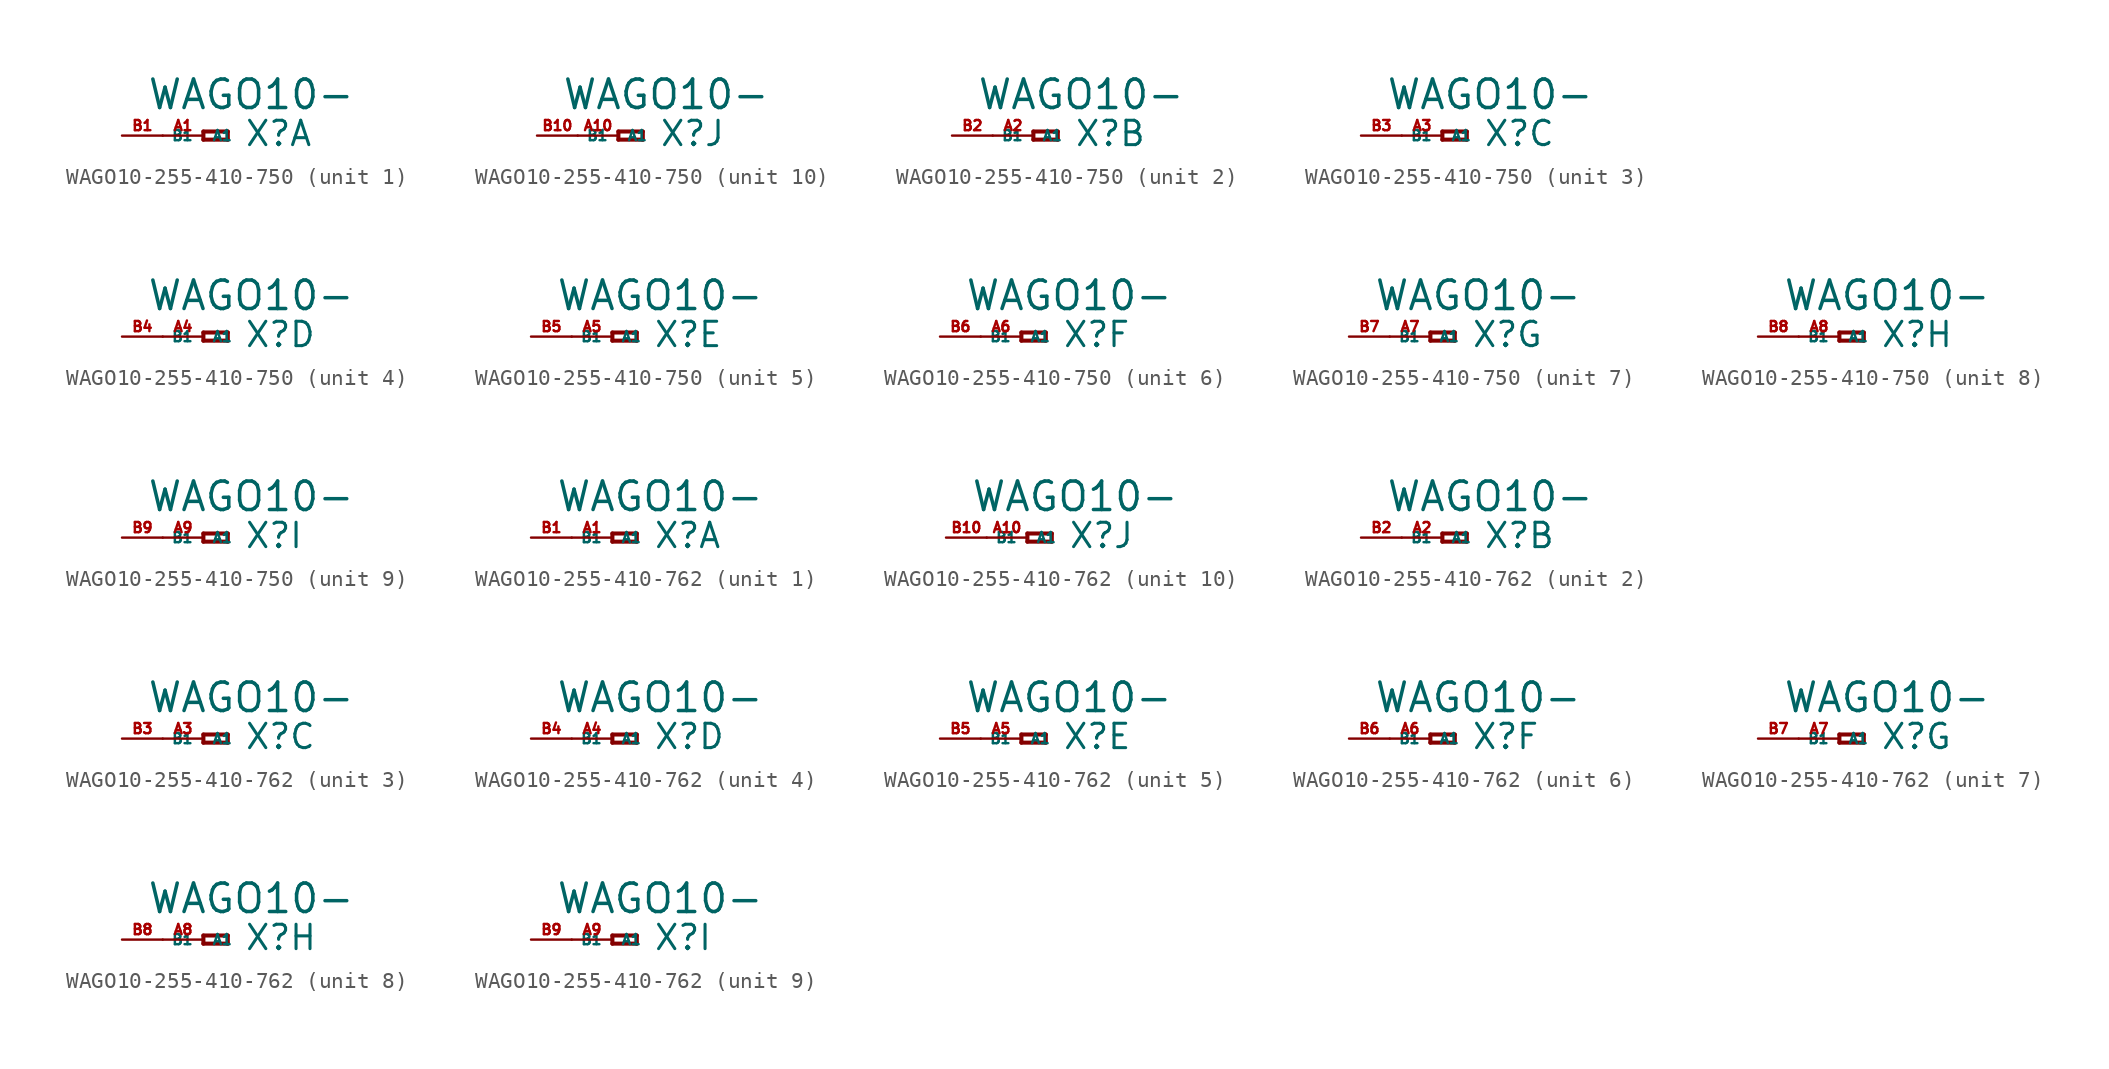
<source format=kicad_sym>
(kicad_symbol_lib
  (version 20220914)
  (generator Eagle2Kicad)
  (symbol "WAGO10-255-410-750"
    (property "Reference" "X"
      (at 2.54 -0.762 0)
      (effects (font (size 1.524 1.524) (thickness 0.19)) (justify left bottom)))
    (property "Value" "WAGO10-"
      (at -3.556 1.524 0)
      (effects (font (size 1.778 1.778) (thickness 0.22)) (justify left bottom)))
    (symbol "WAGO10-255-410-750_1_0"
      (polyline (pts (xy 0 0.254) (xy 0 -0.254)) (stroke (width 0.254) (type default)) (fill (type none)))
      (polyline (pts (xy 0 -0.254) (xy 1.524 -0.254)) (stroke (width 0.254) (type default)) (fill (type none)))
      (polyline (pts (xy 1.524 -0.254) (xy 1.524 0.254)) (stroke (width 0.254) (type default)) (fill (type none)))
      (polyline (pts (xy 1.524 0.254) (xy 0 0.254)) (stroke (width 0.254) (type default)) (fill (type none)))
      (pin passive line (at -2.54 0 0) (length 2.54) (name "A1" (effects (font (size 0.635 0.635) (thickness 0.08)) (justify left bottom))) (number "A1" (effects (font (size 0.635 0.635) (thickness 0.08)) (justify left bottom))))
      (pin passive line (at -5.08 0 0) (length 2.54) (name "B1" (effects (font (size 0.635 0.635) (thickness 0.08)) (justify left bottom))) (number "B1" (effects (font (size 0.635 0.635) (thickness 0.08)) (justify left bottom)))))
    (symbol "WAGO10-255-410-750_2_0"
      (polyline (pts (xy 0 0.254) (xy 0 -0.254)) (stroke (width 0.254) (type default)) (fill (type none)))
      (polyline (pts (xy 0 -0.254) (xy 1.524 -0.254)) (stroke (width 0.254) (type default)) (fill (type none)))
      (polyline (pts (xy 1.524 -0.254) (xy 1.524 0.254)) (stroke (width 0.254) (type default)) (fill (type none)))
      (polyline (pts (xy 1.524 0.254) (xy 0 0.254)) (stroke (width 0.254) (type default)) (fill (type none)))
      (pin passive line (at -2.54 0 0) (length 2.54) (name "A1" (effects (font (size 0.635 0.635) (thickness 0.08)) (justify left bottom))) (number "A2" (effects (font (size 0.635 0.635) (thickness 0.08)) (justify left bottom))))
      (pin passive line (at -5.08 0 0) (length 2.54) (name "B1" (effects (font (size 0.635 0.635) (thickness 0.08)) (justify left bottom))) (number "B2" (effects (font (size 0.635 0.635) (thickness 0.08)) (justify left bottom)))))
    (symbol "WAGO10-255-410-750_3_0"
      (polyline (pts (xy 0 0.254) (xy 0 -0.254)) (stroke (width 0.254) (type default)) (fill (type none)))
      (polyline (pts (xy 0 -0.254) (xy 1.524 -0.254)) (stroke (width 0.254) (type default)) (fill (type none)))
      (polyline (pts (xy 1.524 -0.254) (xy 1.524 0.254)) (stroke (width 0.254) (type default)) (fill (type none)))
      (polyline (pts (xy 1.524 0.254) (xy 0 0.254)) (stroke (width 0.254) (type default)) (fill (type none)))
      (pin passive line (at -2.54 0 0) (length 2.54) (name "A1" (effects (font (size 0.635 0.635) (thickness 0.08)) (justify left bottom))) (number "A3" (effects (font (size 0.635 0.635) (thickness 0.08)) (justify left bottom))))
      (pin passive line (at -5.08 0 0) (length 2.54) (name "B1" (effects (font (size 0.635 0.635) (thickness 0.08)) (justify left bottom))) (number "B3" (effects (font (size 0.635 0.635) (thickness 0.08)) (justify left bottom)))))
    (symbol "WAGO10-255-410-750_4_0"
      (polyline (pts (xy 0 0.254) (xy 0 -0.254)) (stroke (width 0.254) (type default)) (fill (type none)))
      (polyline (pts (xy 0 -0.254) (xy 1.524 -0.254)) (stroke (width 0.254) (type default)) (fill (type none)))
      (polyline (pts (xy 1.524 -0.254) (xy 1.524 0.254)) (stroke (width 0.254) (type default)) (fill (type none)))
      (polyline (pts (xy 1.524 0.254) (xy 0 0.254)) (stroke (width 0.254) (type default)) (fill (type none)))
      (pin passive line (at -2.54 0 0) (length 2.54) (name "A1" (effects (font (size 0.635 0.635) (thickness 0.08)) (justify left bottom))) (number "A4" (effects (font (size 0.635 0.635) (thickness 0.08)) (justify left bottom))))
      (pin passive line (at -5.08 0 0) (length 2.54) (name "B1" (effects (font (size 0.635 0.635) (thickness 0.08)) (justify left bottom))) (number "B4" (effects (font (size 0.635 0.635) (thickness 0.08)) (justify left bottom)))))
    (symbol "WAGO10-255-410-750_5_0"
      (polyline (pts (xy 0 0.254) (xy 0 -0.254)) (stroke (width 0.254) (type default)) (fill (type none)))
      (polyline (pts (xy 0 -0.254) (xy 1.524 -0.254)) (stroke (width 0.254) (type default)) (fill (type none)))
      (polyline (pts (xy 1.524 -0.254) (xy 1.524 0.254)) (stroke (width 0.254) (type default)) (fill (type none)))
      (polyline (pts (xy 1.524 0.254) (xy 0 0.254)) (stroke (width 0.254) (type default)) (fill (type none)))
      (pin passive line (at -2.54 0 0) (length 2.54) (name "A1" (effects (font (size 0.635 0.635) (thickness 0.08)) (justify left bottom))) (number "A5" (effects (font (size 0.635 0.635) (thickness 0.08)) (justify left bottom))))
      (pin passive line (at -5.08 0 0) (length 2.54) (name "B1" (effects (font (size 0.635 0.635) (thickness 0.08)) (justify left bottom))) (number "B5" (effects (font (size 0.635 0.635) (thickness 0.08)) (justify left bottom)))))
    (symbol "WAGO10-255-410-750_6_0"
      (polyline (pts (xy 0 0.254) (xy 0 -0.254)) (stroke (width 0.254) (type default)) (fill (type none)))
      (polyline (pts (xy 0 -0.254) (xy 1.524 -0.254)) (stroke (width 0.254) (type default)) (fill (type none)))
      (polyline (pts (xy 1.524 -0.254) (xy 1.524 0.254)) (stroke (width 0.254) (type default)) (fill (type none)))
      (polyline (pts (xy 1.524 0.254) (xy 0 0.254)) (stroke (width 0.254) (type default)) (fill (type none)))
      (pin passive line (at -2.54 0 0) (length 2.54) (name "A1" (effects (font (size 0.635 0.635) (thickness 0.08)) (justify left bottom))) (number "A6" (effects (font (size 0.635 0.635) (thickness 0.08)) (justify left bottom))))
      (pin passive line (at -5.08 0 0) (length 2.54) (name "B1" (effects (font (size 0.635 0.635) (thickness 0.08)) (justify left bottom))) (number "B6" (effects (font (size 0.635 0.635) (thickness 0.08)) (justify left bottom)))))
    (symbol "WAGO10-255-410-750_7_0"
      (polyline (pts (xy 0 0.254) (xy 0 -0.254)) (stroke (width 0.254) (type default)) (fill (type none)))
      (polyline (pts (xy 0 -0.254) (xy 1.524 -0.254)) (stroke (width 0.254) (type default)) (fill (type none)))
      (polyline (pts (xy 1.524 -0.254) (xy 1.524 0.254)) (stroke (width 0.254) (type default)) (fill (type none)))
      (polyline (pts (xy 1.524 0.254) (xy 0 0.254)) (stroke (width 0.254) (type default)) (fill (type none)))
      (pin passive line (at -2.54 0 0) (length 2.54) (name "A1" (effects (font (size 0.635 0.635) (thickness 0.08)) (justify left bottom))) (number "A7" (effects (font (size 0.635 0.635) (thickness 0.08)) (justify left bottom))))
      (pin passive line (at -5.08 0 0) (length 2.54) (name "B1" (effects (font (size 0.635 0.635) (thickness 0.08)) (justify left bottom))) (number "B7" (effects (font (size 0.635 0.635) (thickness 0.08)) (justify left bottom)))))
    (symbol "WAGO10-255-410-750_8_0"
      (polyline (pts (xy 0 0.254) (xy 0 -0.254)) (stroke (width 0.254) (type default)) (fill (type none)))
      (polyline (pts (xy 0 -0.254) (xy 1.524 -0.254)) (stroke (width 0.254) (type default)) (fill (type none)))
      (polyline (pts (xy 1.524 -0.254) (xy 1.524 0.254)) (stroke (width 0.254) (type default)) (fill (type none)))
      (polyline (pts (xy 1.524 0.254) (xy 0 0.254)) (stroke (width 0.254) (type default)) (fill (type none)))
      (pin passive line (at -2.54 0 0) (length 2.54) (name "A1" (effects (font (size 0.635 0.635) (thickness 0.08)) (justify left bottom))) (number "A8" (effects (font (size 0.635 0.635) (thickness 0.08)) (justify left bottom))))
      (pin passive line (at -5.08 0 0) (length 2.54) (name "B1" (effects (font (size 0.635 0.635) (thickness 0.08)) (justify left bottom))) (number "B8" (effects (font (size 0.635 0.635) (thickness 0.08)) (justify left bottom)))))
    (symbol "WAGO10-255-410-750_9_0"
      (polyline (pts (xy 0 0.254) (xy 0 -0.254)) (stroke (width 0.254) (type default)) (fill (type none)))
      (polyline (pts (xy 0 -0.254) (xy 1.524 -0.254)) (stroke (width 0.254) (type default)) (fill (type none)))
      (polyline (pts (xy 1.524 -0.254) (xy 1.524 0.254)) (stroke (width 0.254) (type default)) (fill (type none)))
      (polyline (pts (xy 1.524 0.254) (xy 0 0.254)) (stroke (width 0.254) (type default)) (fill (type none)))
      (pin passive line (at -2.54 0 0) (length 2.54) (name "A1" (effects (font (size 0.635 0.635) (thickness 0.08)) (justify left bottom))) (number "A9" (effects (font (size 0.635 0.635) (thickness 0.08)) (justify left bottom))))
      (pin passive line (at -5.08 0 0) (length 2.54) (name "B1" (effects (font (size 0.635 0.635) (thickness 0.08)) (justify left bottom))) (number "B9" (effects (font (size 0.635 0.635) (thickness 0.08)) (justify left bottom)))))
    (symbol "WAGO10-255-410-750_10_0"
      (polyline (pts (xy 0 0.254) (xy 0 -0.254)) (stroke (width 0.254) (type default)) (fill (type none)))
      (polyline (pts (xy 0 -0.254) (xy 1.524 -0.254)) (stroke (width 0.254) (type default)) (fill (type none)))
      (polyline (pts (xy 1.524 -0.254) (xy 1.524 0.254)) (stroke (width 0.254) (type default)) (fill (type none)))
      (polyline (pts (xy 1.524 0.254) (xy 0 0.254)) (stroke (width 0.254) (type default)) (fill (type none)))
      (pin passive line (at -2.54 0 0) (length 2.54) (name "A1" (effects (font (size 0.635 0.635) (thickness 0.08)) (justify left bottom))) (number "A10" (effects (font (size 0.635 0.635) (thickness 0.08)) (justify left bottom))))
      (pin passive line (at -5.08 0 0) (length 2.54) (name "B1" (effects (font (size 0.635 0.635) (thickness 0.08)) (justify left bottom))) (number "B10" (effects (font (size 0.635 0.635) (thickness 0.08)) (justify left bottom))))))
  (symbol "WAGO10-255-410-762"
    (property "Reference" "X"
      (at 2.54 -0.762 0)
      (effects (font (size 1.524 1.524) (thickness 0.19)) (justify left bottom)))
    (property "Value" "WAGO10-"
      (at -3.556 1.524 0)
      (effects (font (size 1.778 1.778) (thickness 0.22)) (justify left bottom)))
    (symbol "WAGO10-255-410-762_1_0"
      (polyline (pts (xy 0 0.254) (xy 0 -0.254)) (stroke (width 0.254) (type default)) (fill (type none)))
      (polyline (pts (xy 0 -0.254) (xy 1.524 -0.254)) (stroke (width 0.254) (type default)) (fill (type none)))
      (polyline (pts (xy 1.524 -0.254) (xy 1.524 0.254)) (stroke (width 0.254) (type default)) (fill (type none)))
      (polyline (pts (xy 1.524 0.254) (xy 0 0.254)) (stroke (width 0.254) (type default)) (fill (type none)))
      (pin passive line (at -2.54 0 0) (length 2.54) (name "A1" (effects (font (size 0.635 0.635) (thickness 0.08)) (justify left bottom))) (number "A1" (effects (font (size 0.635 0.635) (thickness 0.08)) (justify left bottom))))
      (pin passive line (at -5.08 0 0) (length 2.54) (name "B1" (effects (font (size 0.635 0.635) (thickness 0.08)) (justify left bottom))) (number "B1" (effects (font (size 0.635 0.635) (thickness 0.08)) (justify left bottom)))))
    (symbol "WAGO10-255-410-762_2_0"
      (polyline (pts (xy 0 0.254) (xy 0 -0.254)) (stroke (width 0.254) (type default)) (fill (type none)))
      (polyline (pts (xy 0 -0.254) (xy 1.524 -0.254)) (stroke (width 0.254) (type default)) (fill (type none)))
      (polyline (pts (xy 1.524 -0.254) (xy 1.524 0.254)) (stroke (width 0.254) (type default)) (fill (type none)))
      (polyline (pts (xy 1.524 0.254) (xy 0 0.254)) (stroke (width 0.254) (type default)) (fill (type none)))
      (pin passive line (at -2.54 0 0) (length 2.54) (name "A1" (effects (font (size 0.635 0.635) (thickness 0.08)) (justify left bottom))) (number "A2" (effects (font (size 0.635 0.635) (thickness 0.08)) (justify left bottom))))
      (pin passive line (at -5.08 0 0) (length 2.54) (name "B1" (effects (font (size 0.635 0.635) (thickness 0.08)) (justify left bottom))) (number "B2" (effects (font (size 0.635 0.635) (thickness 0.08)) (justify left bottom)))))
    (symbol "WAGO10-255-410-762_3_0"
      (polyline (pts (xy 0 0.254) (xy 0 -0.254)) (stroke (width 0.254) (type default)) (fill (type none)))
      (polyline (pts (xy 0 -0.254) (xy 1.524 -0.254)) (stroke (width 0.254) (type default)) (fill (type none)))
      (polyline (pts (xy 1.524 -0.254) (xy 1.524 0.254)) (stroke (width 0.254) (type default)) (fill (type none)))
      (polyline (pts (xy 1.524 0.254) (xy 0 0.254)) (stroke (width 0.254) (type default)) (fill (type none)))
      (pin passive line (at -2.54 0 0) (length 2.54) (name "A1" (effects (font (size 0.635 0.635) (thickness 0.08)) (justify left bottom))) (number "A3" (effects (font (size 0.635 0.635) (thickness 0.08)) (justify left bottom))))
      (pin passive line (at -5.08 0 0) (length 2.54) (name "B1" (effects (font (size 0.635 0.635) (thickness 0.08)) (justify left bottom))) (number "B3" (effects (font (size 0.635 0.635) (thickness 0.08)) (justify left bottom)))))
    (symbol "WAGO10-255-410-762_4_0"
      (polyline (pts (xy 0 0.254) (xy 0 -0.254)) (stroke (width 0.254) (type default)) (fill (type none)))
      (polyline (pts (xy 0 -0.254) (xy 1.524 -0.254)) (stroke (width 0.254) (type default)) (fill (type none)))
      (polyline (pts (xy 1.524 -0.254) (xy 1.524 0.254)) (stroke (width 0.254) (type default)) (fill (type none)))
      (polyline (pts (xy 1.524 0.254) (xy 0 0.254)) (stroke (width 0.254) (type default)) (fill (type none)))
      (pin passive line (at -2.54 0 0) (length 2.54) (name "A1" (effects (font (size 0.635 0.635) (thickness 0.08)) (justify left bottom))) (number "A4" (effects (font (size 0.635 0.635) (thickness 0.08)) (justify left bottom))))
      (pin passive line (at -5.08 0 0) (length 2.54) (name "B1" (effects (font (size 0.635 0.635) (thickness 0.08)) (justify left bottom))) (number "B4" (effects (font (size 0.635 0.635) (thickness 0.08)) (justify left bottom)))))
    (symbol "WAGO10-255-410-762_5_0"
      (polyline (pts (xy 0 0.254) (xy 0 -0.254)) (stroke (width 0.254) (type default)) (fill (type none)))
      (polyline (pts (xy 0 -0.254) (xy 1.524 -0.254)) (stroke (width 0.254) (type default)) (fill (type none)))
      (polyline (pts (xy 1.524 -0.254) (xy 1.524 0.254)) (stroke (width 0.254) (type default)) (fill (type none)))
      (polyline (pts (xy 1.524 0.254) (xy 0 0.254)) (stroke (width 0.254) (type default)) (fill (type none)))
      (pin passive line (at -2.54 0 0) (length 2.54) (name "A1" (effects (font (size 0.635 0.635) (thickness 0.08)) (justify left bottom))) (number "A5" (effects (font (size 0.635 0.635) (thickness 0.08)) (justify left bottom))))
      (pin passive line (at -5.08 0 0) (length 2.54) (name "B1" (effects (font (size 0.635 0.635) (thickness 0.08)) (justify left bottom))) (number "B5" (effects (font (size 0.635 0.635) (thickness 0.08)) (justify left bottom)))))
    (symbol "WAGO10-255-410-762_6_0"
      (polyline (pts (xy 0 0.254) (xy 0 -0.254)) (stroke (width 0.254) (type default)) (fill (type none)))
      (polyline (pts (xy 0 -0.254) (xy 1.524 -0.254)) (stroke (width 0.254) (type default)) (fill (type none)))
      (polyline (pts (xy 1.524 -0.254) (xy 1.524 0.254)) (stroke (width 0.254) (type default)) (fill (type none)))
      (polyline (pts (xy 1.524 0.254) (xy 0 0.254)) (stroke (width 0.254) (type default)) (fill (type none)))
      (pin passive line (at -2.54 0 0) (length 2.54) (name "A1" (effects (font (size 0.635 0.635) (thickness 0.08)) (justify left bottom))) (number "A6" (effects (font (size 0.635 0.635) (thickness 0.08)) (justify left bottom))))
      (pin passive line (at -5.08 0 0) (length 2.54) (name "B1" (effects (font (size 0.635 0.635) (thickness 0.08)) (justify left bottom))) (number "B6" (effects (font (size 0.635 0.635) (thickness 0.08)) (justify left bottom)))))
    (symbol "WAGO10-255-410-762_7_0"
      (polyline (pts (xy 0 0.254) (xy 0 -0.254)) (stroke (width 0.254) (type default)) (fill (type none)))
      (polyline (pts (xy 0 -0.254) (xy 1.524 -0.254)) (stroke (width 0.254) (type default)) (fill (type none)))
      (polyline (pts (xy 1.524 -0.254) (xy 1.524 0.254)) (stroke (width 0.254) (type default)) (fill (type none)))
      (polyline (pts (xy 1.524 0.254) (xy 0 0.254)) (stroke (width 0.254) (type default)) (fill (type none)))
      (pin passive line (at -2.54 0 0) (length 2.54) (name "A1" (effects (font (size 0.635 0.635) (thickness 0.08)) (justify left bottom))) (number "A7" (effects (font (size 0.635 0.635) (thickness 0.08)) (justify left bottom))))
      (pin passive line (at -5.08 0 0) (length 2.54) (name "B1" (effects (font (size 0.635 0.635) (thickness 0.08)) (justify left bottom))) (number "B7" (effects (font (size 0.635 0.635) (thickness 0.08)) (justify left bottom)))))
    (symbol "WAGO10-255-410-762_8_0"
      (polyline (pts (xy 0 0.254) (xy 0 -0.254)) (stroke (width 0.254) (type default)) (fill (type none)))
      (polyline (pts (xy 0 -0.254) (xy 1.524 -0.254)) (stroke (width 0.254) (type default)) (fill (type none)))
      (polyline (pts (xy 1.524 -0.254) (xy 1.524 0.254)) (stroke (width 0.254) (type default)) (fill (type none)))
      (polyline (pts (xy 1.524 0.254) (xy 0 0.254)) (stroke (width 0.254) (type default)) (fill (type none)))
      (pin passive line (at -2.54 0 0) (length 2.54) (name "A1" (effects (font (size 0.635 0.635) (thickness 0.08)) (justify left bottom))) (number "A8" (effects (font (size 0.635 0.635) (thickness 0.08)) (justify left bottom))))
      (pin passive line (at -5.08 0 0) (length 2.54) (name "B1" (effects (font (size 0.635 0.635) (thickness 0.08)) (justify left bottom))) (number "B8" (effects (font (size 0.635 0.635) (thickness 0.08)) (justify left bottom)))))
    (symbol "WAGO10-255-410-762_9_0"
      (polyline (pts (xy 0 0.254) (xy 0 -0.254)) (stroke (width 0.254) (type default)) (fill (type none)))
      (polyline (pts (xy 0 -0.254) (xy 1.524 -0.254)) (stroke (width 0.254) (type default)) (fill (type none)))
      (polyline (pts (xy 1.524 -0.254) (xy 1.524 0.254)) (stroke (width 0.254) (type default)) (fill (type none)))
      (polyline (pts (xy 1.524 0.254) (xy 0 0.254)) (stroke (width 0.254) (type default)) (fill (type none)))
      (pin passive line (at -2.54 0 0) (length 2.54) (name "A1" (effects (font (size 0.635 0.635) (thickness 0.08)) (justify left bottom))) (number "A9" (effects (font (size 0.635 0.635) (thickness 0.08)) (justify left bottom))))
      (pin passive line (at -5.08 0 0) (length 2.54) (name "B1" (effects (font (size 0.635 0.635) (thickness 0.08)) (justify left bottom))) (number "B9" (effects (font (size 0.635 0.635) (thickness 0.08)) (justify left bottom)))))
    (symbol "WAGO10-255-410-762_10_0"
      (polyline (pts (xy 0 0.254) (xy 0 -0.254)) (stroke (width 0.254) (type default)) (fill (type none)))
      (polyline (pts (xy 0 -0.254) (xy 1.524 -0.254)) (stroke (width 0.254) (type default)) (fill (type none)))
      (polyline (pts (xy 1.524 -0.254) (xy 1.524 0.254)) (stroke (width 0.254) (type default)) (fill (type none)))
      (polyline (pts (xy 1.524 0.254) (xy 0 0.254)) (stroke (width 0.254) (type default)) (fill (type none)))
      (pin passive line (at -2.54 0 0) (length 2.54) (name "A1" (effects (font (size 0.635 0.635) (thickness 0.08)) (justify left bottom))) (number "A10" (effects (font (size 0.635 0.635) (thickness 0.08)) (justify left bottom))))
      (pin passive line (at -5.08 0 0) (length 2.54) (name "B1" (effects (font (size 0.635 0.635) (thickness 0.08)) (justify left bottom))) (number "B10" (effects (font (size 0.635 0.635) (thickness 0.08)) (justify left bottom)))))))
</source>
